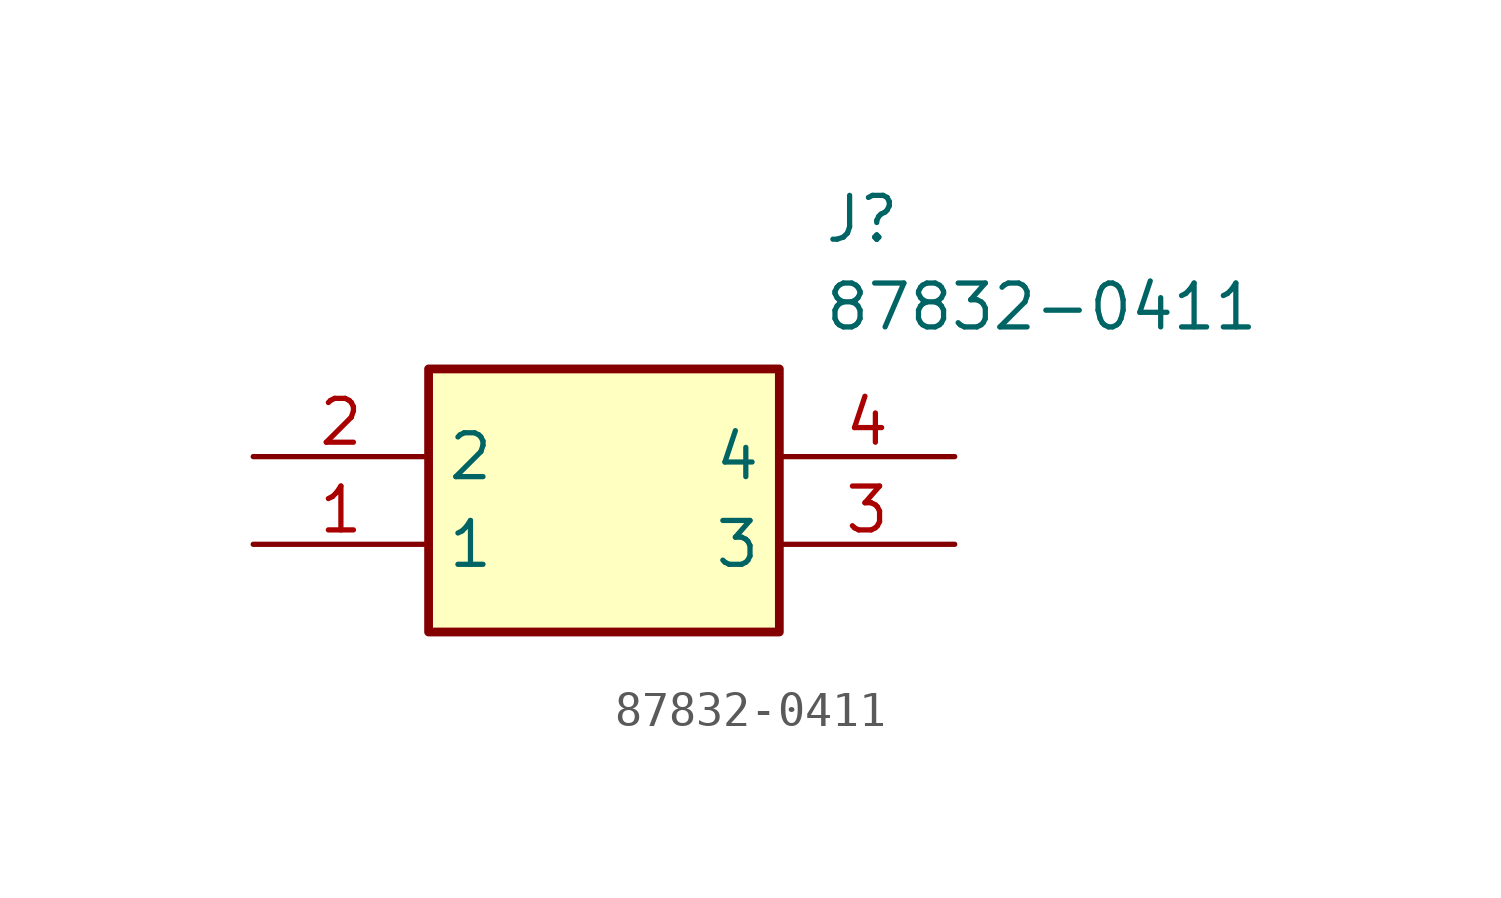
<source format=kicad_sym>
(kicad_symbol_lib
  (version 20211014)
  (generator SamacSys_ECAD_Model)
  (symbol "87832-0411"
    (property "Reference" "J"
      (at 16.51 7.62 0)
      (effects (font (size 1.27 1.27)) (justify left top)))
    (property "Value" "87832-0411"
      (at 16.51 5.08 0)
      (effects (font (size 1.27 1.27)) (justify left top)))
    (rectangle
      (start 5.08 2.54)
      (end 15.24 -5.08)
      (stroke (width 0.254) (type default))
      (fill (type background)))
    (pin passive line
      (at 0 -2.54 0)
      (length 5.08)
      (name "1" (effects (font (size 1.27 1.27))))
      (number "1" (effects (font (size 1.27 1.27)))))
    (pin passive line
      (at 0 0 0)
      (length 5.08)
      (name "2" (effects (font (size 1.27 1.27))))
      (number "2" (effects (font (size 1.27 1.27)))))
    (pin passive line
      (at 20.32 -2.54 180)
      (length 5.08)
      (name "3" (effects (font (size 1.27 1.27))))
      (number "3" (effects (font (size 1.27 1.27)))))
    (pin passive line
      (at 20.32 0 180)
      (length 5.08)
      (name "4" (effects (font (size 1.27 1.27))))
      (number "4" (effects (font (size 1.27 1.27)))))))
</source>
